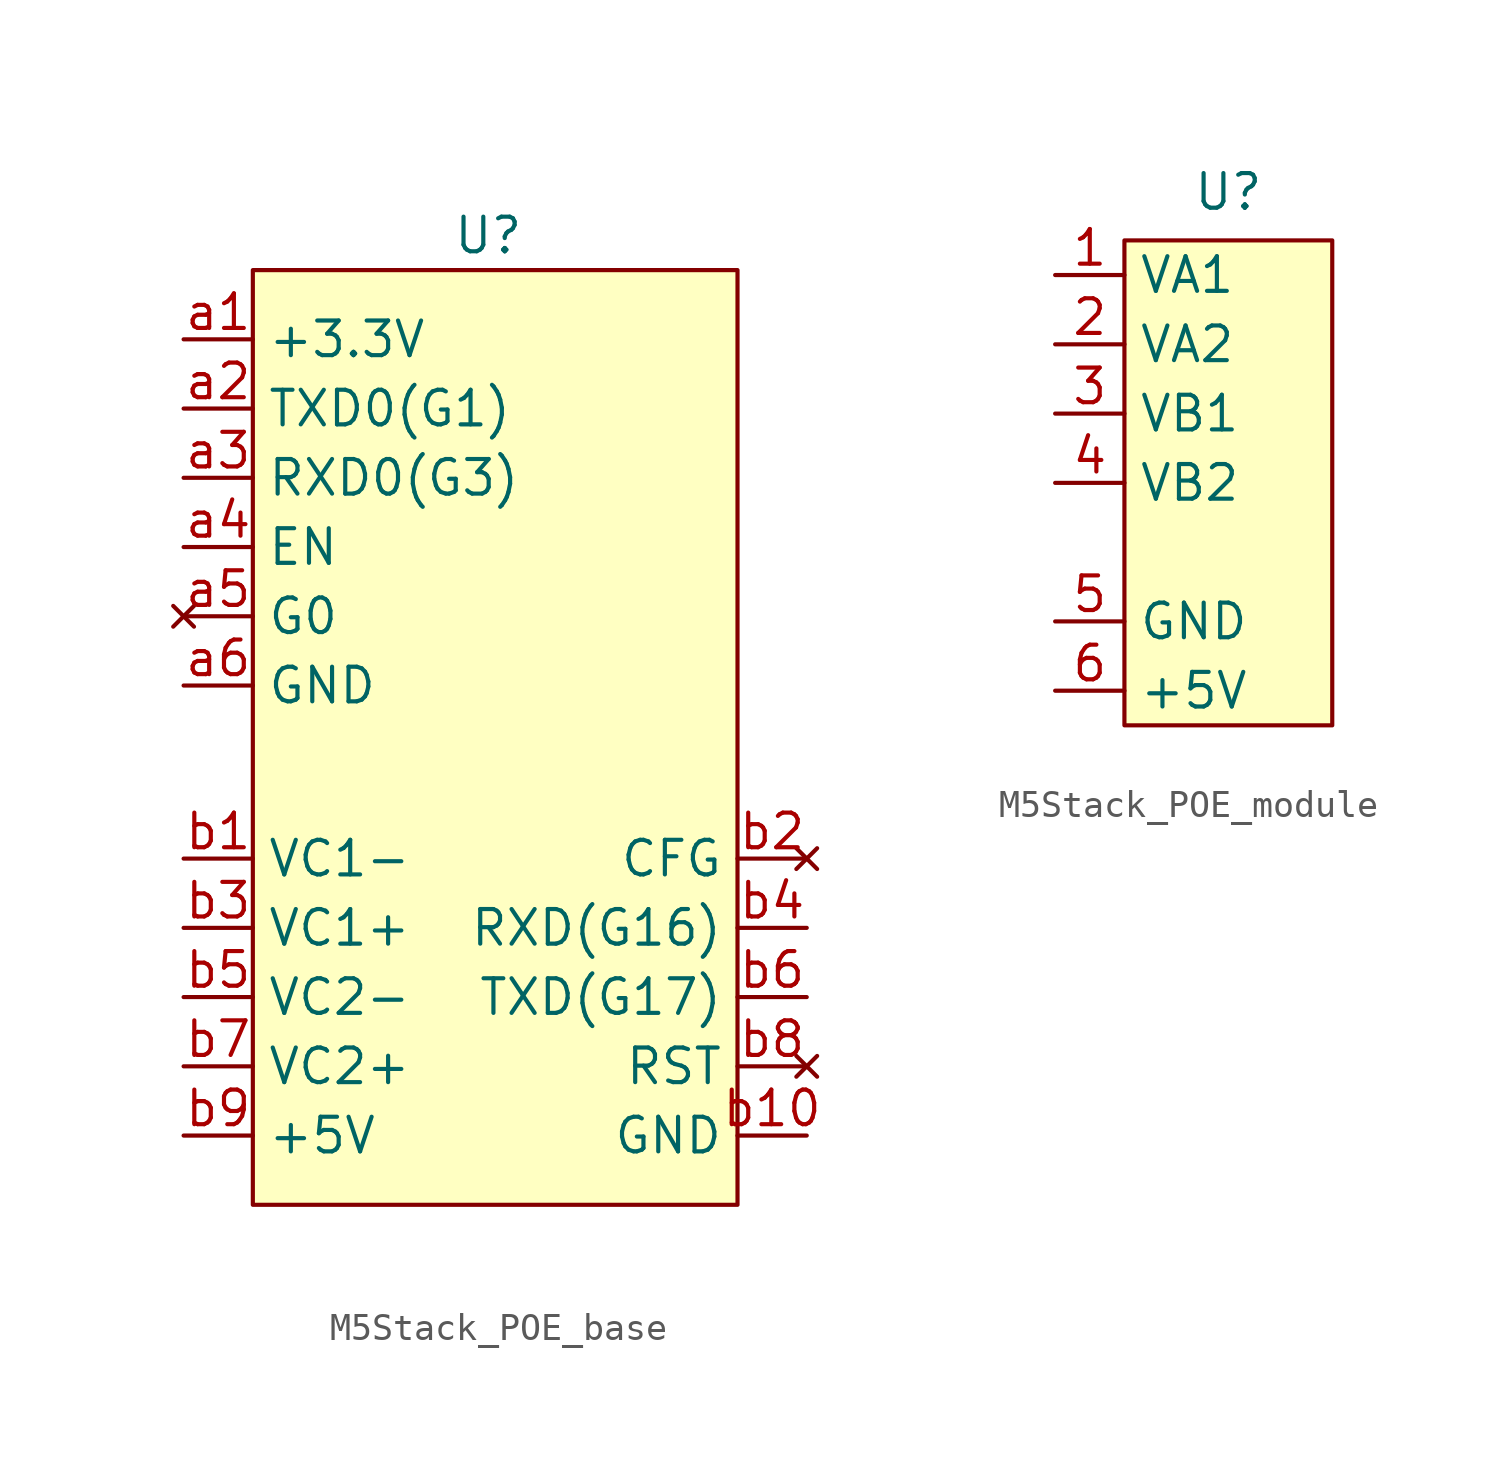
<source format=kicad_sym>
(kicad_symbol_lib
  (version 20231120)
  (generator "kicad_symbol_editor")
  (generator_version "8.0")
  (symbol "M5Stack_POE_base"
    (property "Reference" "U"
      (at -0.254 19.05 0)
      (effects (font (size 1.27 1.27))))
    (property "Value" ""
      (at -8.89 15.24 0)
      (effects (font (size 1.27 1.27))))
    (symbol "M5Stack_POE_base_0_1"
      (rectangle (start -8.89 17.78) (end 8.89 -16.51) (stroke (width 0) (type default)) (fill (type background))))
    (symbol "M5Stack_POE_base_1_1"
      (pin power_out line (at -11.43 15.24 0) (length 2.54) (name "+3.3V" (effects (font (size 1.27 1.27)))) (number "a1" (effects (font (size 1.27 1.27)))))
      (pin output line (at -11.43 12.7 0) (length 2.54) (name "TXD0(G1)" (effects (font (size 1.27 1.27)))) (number "a2" (effects (font (size 1.27 1.27)))))
      (pin input line (at -11.43 10.16 0) (length 2.54) (name "RXD0(G3)" (effects (font (size 1.27 1.27)))) (number "a3" (effects (font (size 1.27 1.27)))))
      (pin input line (at -11.43 7.62 0) (length 2.54) (name "EN" (effects (font (size 1.27 1.27)))) (number "a4" (effects (font (size 1.27 1.27)))))
      (pin no_connect line (at -11.43 5.08 0) (length 2.54) (name "G0" (effects (font (size 1.27 1.27)))) (number "a5" (effects (font (size 1.27 1.27)))))
      (pin power_out line (at -11.43 2.54 0) (length 2.54) (name "GND" (effects (font (size 1.27 1.27)))) (number "a6" (effects (font (size 1.27 1.27)))))
      (pin power_out line (at -11.43 -3.81 0) (length 2.54) (name "VC1-" (effects (font (size 1.27 1.27)))) (number "b1" (effects (font (size 1.27 1.27)))))
      (pin power_out line (at 11.43 -13.97 180) (length 2.54) (name "GND" (effects (font (size 1.27 1.27)))) (number "b10" (effects (font (size 1.27 1.27)))))
      (pin no_connect line (at 11.43 -3.81 180) (length 2.54) (name "CFG" (effects (font (size 1.27 1.27)))) (number "b2" (effects (font (size 1.27 1.27)))))
      (pin power_out line (at -11.43 -6.35 0) (length 2.54) (name "VC1+" (effects (font (size 1.27 1.27)))) (number "b3" (effects (font (size 1.27 1.27)))))
      (pin input line (at 11.43 -6.35 180) (length 2.54) (name "RXD(G16)" (effects (font (size 1.27 1.27)))) (number "b4" (effects (font (size 1.27 1.27)))))
      (pin power_out line (at -11.43 -8.89 0) (length 2.54) (name "VC2-" (effects (font (size 1.27 1.27)))) (number "b5" (effects (font (size 1.27 1.27)))))
      (pin output line (at 11.43 -8.89 180) (length 2.54) (name "TXD(G17)" (effects (font (size 1.27 1.27)))) (number "b6" (effects (font (size 1.27 1.27)))))
      (pin power_out line (at -11.43 -11.43 0) (length 2.54) (name "VC2+" (effects (font (size 1.27 1.27)))) (number "b7" (effects (font (size 1.27 1.27)))))
      (pin no_connect line (at 11.43 -11.43 180) (length 2.54) (name "RST" (effects (font (size 1.27 1.27)))) (number "b8" (effects (font (size 1.27 1.27)))))
      (pin power_in line (at -11.43 -13.97 0) (length 2.54) (name "+5V" (effects (font (size 1.27 1.27)))) (number "b9" (effects (font (size 1.27 1.27)))))))
  (symbol "M5Stack_POE_module"
    (property "Reference" "U"
      (at 0 1.778 0)
      (effects (font (size 1.27 1.27))))
    (property "Value" ""
      (at 0 -1.27 0)
      (effects (font (size 1.27 1.27))))
    (symbol "M5Stack_POE_module_0_1"
      (rectangle (start -3.81 0) (end 3.81 -17.78) (stroke (width 0) (type default)) (fill (type background))))
    (symbol "M5Stack_POE_module_1_1"
      (pin power_in line (at -6.35 -1.27 0) (length 2.54) (name "VA1" (effects (font (size 1.27 1.27)))) (number "1" (effects (font (size 1.27 1.27)))))
      (pin power_in line (at -6.35 -3.81 0) (length 2.54) (name "VA2" (effects (font (size 1.27 1.27)))) (number "2" (effects (font (size 1.27 1.27)))))
      (pin power_in line (at -6.35 -6.35 0) (length 2.54) (name "VB1" (effects (font (size 1.27 1.27)))) (number "3" (effects (font (size 1.27 1.27)))))
      (pin power_in line (at -6.35 -8.89 0) (length 2.54) (name "VB2" (effects (font (size 1.27 1.27)))) (number "4" (effects (font (size 1.27 1.27)))))
      (pin power_out line (at -6.35 -13.97 0) (length 2.54) (name "GND" (effects (font (size 1.27 1.27)))) (number "5" (effects (font (size 1.27 1.27)))))
      (pin power_out line (at -6.35 -16.51 0) (length 2.54) (name "+5V" (effects (font (size 1.27 1.27)))) (number "6" (effects (font (size 1.27 1.27))))))))
</source>
